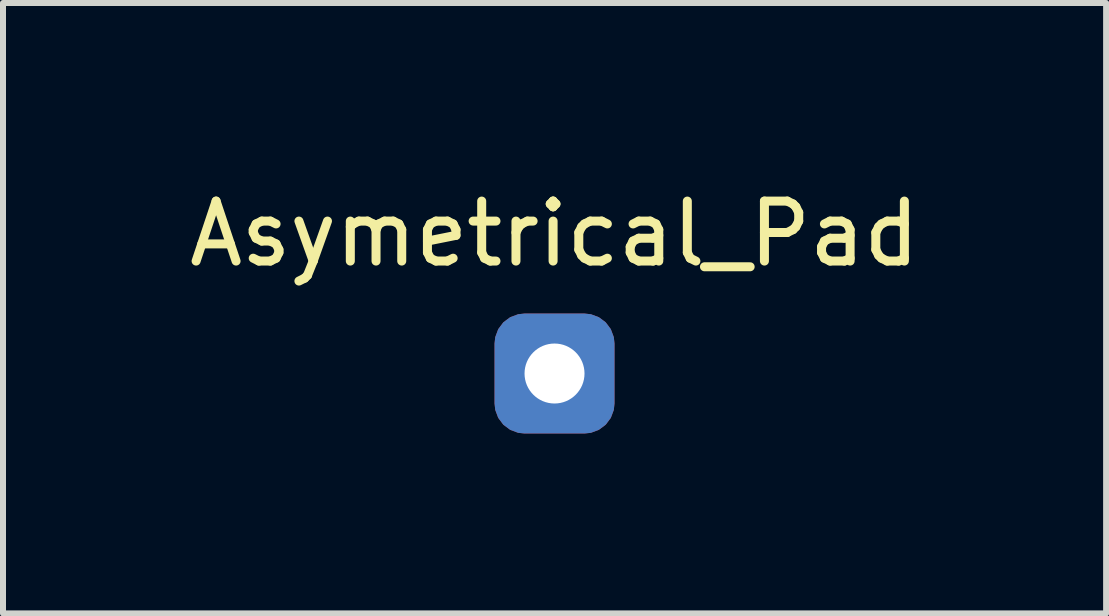
<source format=kicad_pcb>
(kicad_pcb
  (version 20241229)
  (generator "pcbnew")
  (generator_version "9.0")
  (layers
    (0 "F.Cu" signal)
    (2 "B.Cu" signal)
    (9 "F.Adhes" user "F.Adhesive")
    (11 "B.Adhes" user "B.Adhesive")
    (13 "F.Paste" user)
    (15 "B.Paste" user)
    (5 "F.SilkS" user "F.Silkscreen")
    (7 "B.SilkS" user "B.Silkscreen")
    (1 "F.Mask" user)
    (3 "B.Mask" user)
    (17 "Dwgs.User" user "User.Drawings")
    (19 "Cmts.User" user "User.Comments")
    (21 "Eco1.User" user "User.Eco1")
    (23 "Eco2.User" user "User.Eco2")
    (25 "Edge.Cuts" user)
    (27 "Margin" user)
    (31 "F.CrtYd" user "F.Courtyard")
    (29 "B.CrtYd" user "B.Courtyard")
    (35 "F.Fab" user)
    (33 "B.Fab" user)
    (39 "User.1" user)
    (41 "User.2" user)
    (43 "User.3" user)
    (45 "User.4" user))
  (footprint "Asymetrical_Pad"
    (layer "F.Cu")
    (at 6.196 3.178)
    (property "Reference" "Asymetrical_Pad" (at 0 -2.33 0) (layer "F.SilkS") (effects (font (size 1 1) (thickness 0.15))))
    (attr through_hole)
    (pad "1" thru_hole roundrect (at 0 0) (size 1.6 1.6) (drill 1) (layers "F.Cu") (roundrect_rratio 0.25))
    (pad "1" thru_hole roundrect (at 0 0) (size 2 2) (drill 0.000001) (layers "B.Cu") (roundrect_rratio 0.25)))
  (gr_rect
    (start -3 -3)
    (end 15.393 7.178)
    (stroke (width 0.1) (type default))
    (fill no)
    (layer "Edge.Cuts")))
</source>
